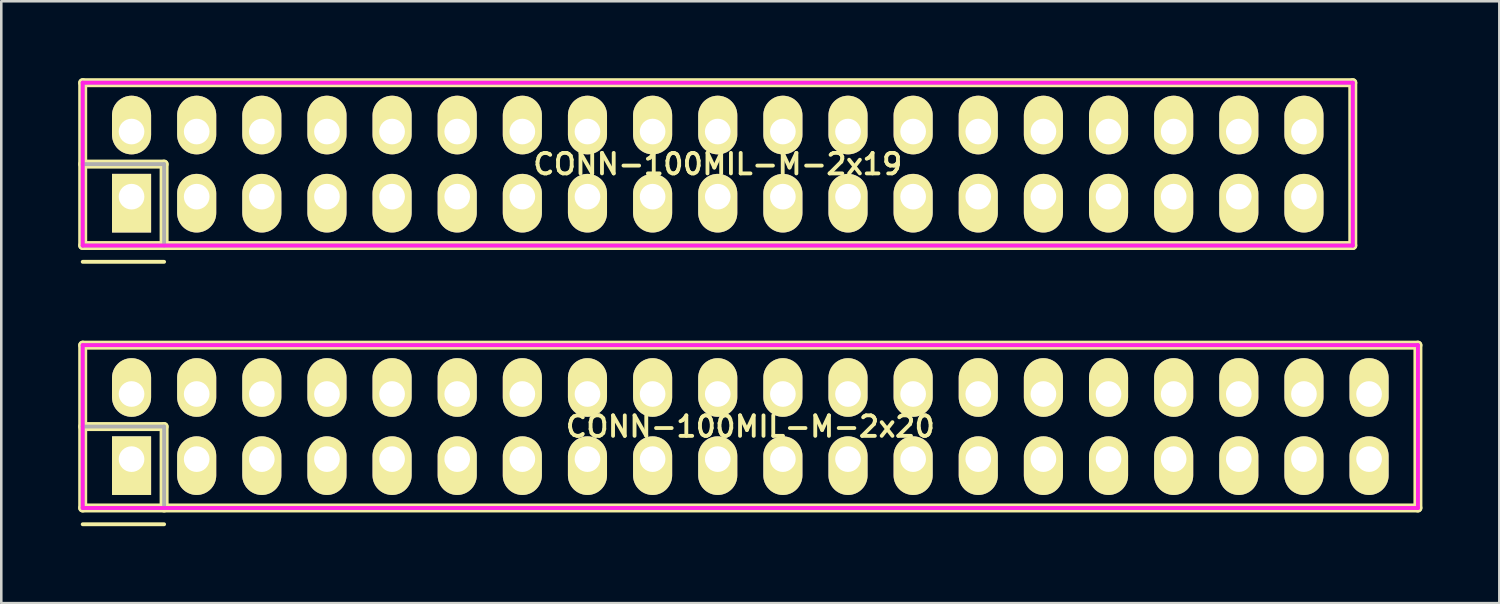
<source format=kicad_pcb>
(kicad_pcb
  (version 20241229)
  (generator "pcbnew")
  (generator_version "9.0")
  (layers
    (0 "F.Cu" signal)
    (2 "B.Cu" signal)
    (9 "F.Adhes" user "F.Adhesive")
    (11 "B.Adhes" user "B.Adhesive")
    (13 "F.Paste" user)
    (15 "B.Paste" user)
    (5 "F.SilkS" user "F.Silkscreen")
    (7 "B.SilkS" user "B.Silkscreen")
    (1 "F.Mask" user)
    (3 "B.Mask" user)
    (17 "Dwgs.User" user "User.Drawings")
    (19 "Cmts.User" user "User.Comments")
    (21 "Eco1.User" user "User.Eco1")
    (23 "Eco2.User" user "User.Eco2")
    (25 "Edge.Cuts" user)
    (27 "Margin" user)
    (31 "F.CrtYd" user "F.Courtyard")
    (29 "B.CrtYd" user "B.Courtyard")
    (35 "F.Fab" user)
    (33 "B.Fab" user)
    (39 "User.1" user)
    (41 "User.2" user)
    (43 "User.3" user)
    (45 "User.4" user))
  (footprint "CONN-100MIL-M-2x20"
    (layer "F.Cu")
    (at 26.21 13.585)
    (property "Reference" "CONN-100MIL-M-2x20" (at 0 0 0) (layer "F.SilkS") (effects (font (size 0.8 0.8) (thickness 0.15))))
    (attr through_hole)
    (fp_line (start -26.035 -3.175) (end 26.035 -3.175) (stroke (width 0.35) (type solid)) (layer "F.SilkS"))
    (fp_line (start -26.035 0) (end -22.86 0) (stroke (width 0.35) (type solid)) (layer "F.SilkS"))
    (fp_line (start -26.035 3.175) (end -26.035 -3.175) (stroke (width 0.35) (type solid)) (layer "F.SilkS"))
    (fp_line (start -26.035 3.81) (end -22.86 3.81) (stroke (width 0.15) (type solid)) (layer "F.SilkS"))
    (fp_line (start -22.86 0) (end -22.86 3.175) (stroke (width 0.35) (type solid)) (layer "F.SilkS"))
    (fp_line (start 26.035 -3.175) (end 26.035 3.175) (stroke (width 0.35) (type solid)) (layer "F.SilkS"))
    (fp_line (start 26.035 3.175) (end -26.035 3.175) (stroke (width 0.35) (type solid)) (layer "F.SilkS"))
    (fp_line (start -26.035 -3.175) (end 26.035 -3.175) (stroke (width 0.15) (type solid)) (layer "F.CrtYd"))
    (fp_line (start -26.035 3.175) (end -26.035 -3.175) (stroke (width 0.15) (type solid)) (layer "F.CrtYd"))
    (fp_line (start 26.035 -3.175) (end 26.035 3.175) (stroke (width 0.15) (type solid)) (layer "F.CrtYd"))
    (fp_line (start 26.035 3.175) (end -26.035 3.175) (stroke (width 0.15) (type solid)) (layer "F.CrtYd"))
    (fp_line (start -26.035 -3.175) (end 26.035 -3.175) (stroke (width 0.15) (type solid)) (layer "F.Fab"))
    (fp_line (start -26.035 0) (end -22.86 0) (stroke (width 0.15) (type solid)) (layer "F.Fab"))
    (fp_line (start -26.035 3.175) (end -26.035 -3.175) (stroke (width 0.15) (type solid)) (layer "F.Fab"))
    (fp_line (start -22.86 0) (end -22.86 3.175) (stroke (width 0.15) (type solid)) (layer "F.Fab"))
    (fp_line (start 26.035 -3.175) (end 26.035 3.175) (stroke (width 0.15) (type solid)) (layer "F.Fab"))
    (fp_line (start 26.035 3.175) (end -26.035 3.175) (stroke (width 0.15) (type solid)) (layer "F.Fab"))
    (pad "1" thru_hole rect (at -24.13 1.27) (size 1.524 2.286) (drill 1 (offset 0 0.254)) (layers "*.Cu" "*.Mask" "F.SilkS"))
    (pad "2" thru_hole oval (at -24.13 -1.27) (size 1.524 2.286) (drill 1 (offset 0 -0.254)) (layers "*.Cu" "*.Mask" "F.SilkS"))
    (pad "3" thru_hole oval (at -21.59 1.27) (size 1.524 2.286) (drill 1 (offset 0 0.254)) (layers "*.Cu" "*.Mask" "F.SilkS"))
    (pad "4" thru_hole oval (at -21.59 -1.27) (size 1.524 2.286) (drill 1 (offset 0 -0.254)) (layers "*.Cu" "*.Mask" "F.SilkS"))
    (pad "5" thru_hole oval (at -19.05 1.27) (size 1.524 2.286) (drill 1 (offset 0 0.254)) (layers "*.Cu" "*.Mask" "F.SilkS"))
    (pad "6" thru_hole oval (at -19.05 -1.27) (size 1.524 2.286) (drill 1 (offset 0 -0.254)) (layers "*.Cu" "*.Mask" "F.SilkS"))
    (pad "7" thru_hole oval (at -16.51 1.27) (size 1.524 2.286) (drill 1 (offset 0 0.254)) (layers "*.Cu" "*.Mask" "F.SilkS"))
    (pad "8" thru_hole oval (at -16.51 -1.27) (size 1.524 2.286) (drill 1 (offset 0 -0.254)) (layers "*.Cu" "*.Mask" "F.SilkS"))
    (pad "9" thru_hole oval (at -13.97 1.27) (size 1.524 2.286) (drill 1 (offset 0 0.254)) (layers "*.Cu" "*.Mask" "F.SilkS"))
    (pad "10" thru_hole oval (at -13.97 -1.27) (size 1.524 2.286) (drill 1 (offset 0 -0.254)) (layers "*.Cu" "*.Mask" "F.SilkS"))
    (pad "11" thru_hole oval (at -11.43 1.27) (size 1.524 2.286) (drill 1 (offset 0 0.254)) (layers "*.Cu" "*.Mask" "F.SilkS"))
    (pad "12" thru_hole oval (at -11.43 -1.27) (size 1.524 2.286) (drill 1 (offset 0 -0.254)) (layers "*.Cu" "*.Mask" "F.SilkS"))
    (pad "13" thru_hole oval (at -8.89 1.27) (size 1.524 2.286) (drill 1 (offset 0 0.254)) (layers "*.Cu" "*.Mask" "F.SilkS"))
    (pad "14" thru_hole oval (at -8.89 -1.27) (size 1.524 2.286) (drill 1 (offset 0 -0.254)) (layers "*.Cu" "*.Mask" "F.SilkS"))
    (pad "15" thru_hole oval (at -6.35 1.27) (size 1.524 2.286) (drill 1 (offset 0 0.254)) (layers "*.Cu" "*.Mask" "F.SilkS"))
    (pad "16" thru_hole oval (at -6.35 -1.27) (size 1.524 2.286) (drill 1 (offset 0 -0.254)) (layers "*.Cu" "*.Mask" "F.SilkS"))
    (pad "17" thru_hole oval (at -3.81 1.27) (size 1.524 2.286) (drill 1 (offset 0 0.254)) (layers "*.Cu" "*.Mask" "F.SilkS"))
    (pad "18" thru_hole oval (at -3.81 -1.27) (size 1.524 2.286) (drill 1 (offset 0 -0.254)) (layers "*.Cu" "*.Mask" "F.SilkS"))
    (pad "19" thru_hole oval (at -1.27 1.27) (size 1.524 2.286) (drill 1 (offset 0 0.254)) (layers "*.Cu" "*.Mask" "F.SilkS"))
    (pad "20" thru_hole oval (at -1.27 -1.27) (size 1.524 2.286) (drill 1 (offset 0 -0.254)) (layers "*.Cu" "*.Mask" "F.SilkS"))
    (pad "21" thru_hole oval (at 1.27 1.27) (size 1.524 2.286) (drill 1 (offset 0 0.254)) (layers "*.Cu" "*.Mask" "F.SilkS"))
    (pad "22" thru_hole oval (at 1.27 -1.27) (size 1.524 2.286) (drill 1 (offset 0 -0.254)) (layers "*.Cu" "*.Mask" "F.SilkS"))
    (pad "23" thru_hole oval (at 3.81 1.27) (size 1.524 2.286) (drill 1 (offset 0 0.254)) (layers "*.Cu" "*.Mask" "F.SilkS"))
    (pad "24" thru_hole oval (at 3.81 -1.27) (size 1.524 2.286) (drill 1 (offset 0 -0.254)) (layers "*.Cu" "*.Mask" "F.SilkS"))
    (pad "25" thru_hole oval (at 6.35 1.27) (size 1.524 2.286) (drill 1 (offset 0 0.254)) (layers "*.Cu" "*.Mask" "F.SilkS"))
    (pad "26" thru_hole oval (at 6.35 -1.27) (size 1.524 2.286) (drill 1 (offset 0 -0.254)) (layers "*.Cu" "*.Mask" "F.SilkS"))
    (pad "27" thru_hole oval (at 8.89 1.27) (size 1.524 2.286) (drill 1 (offset 0 0.254)) (layers "*.Cu" "*.Mask" "F.SilkS"))
    (pad "28" thru_hole oval (at 8.89 -1.27) (size 1.524 2.286) (drill 1 (offset 0 -0.254)) (layers "*.Cu" "*.Mask" "F.SilkS"))
    (pad "29" thru_hole oval (at 11.43 1.27) (size 1.524 2.286) (drill 1 (offset 0 0.254)) (layers "*.Cu" "*.Mask" "F.SilkS"))
    (pad "30" thru_hole oval (at 11.43 -1.27) (size 1.524 2.286) (drill 1 (offset 0 -0.254)) (layers "*.Cu" "*.Mask" "F.SilkS"))
    (pad "31" thru_hole oval (at 13.97 1.27) (size 1.524 2.286) (drill 1 (offset 0 0.254)) (layers "*.Cu" "*.Mask" "F.SilkS"))
    (pad "32" thru_hole oval (at 13.97 -1.27) (size 1.524 2.286) (drill 1 (offset 0 -0.254)) (layers "*.Cu" "*.Mask" "F.SilkS"))
    (pad "33" thru_hole oval (at 16.51 1.27) (size 1.524 2.286) (drill 1 (offset 0 0.254)) (layers "*.Cu" "*.Mask" "F.SilkS"))
    (pad "34" thru_hole oval (at 16.51 -1.27) (size 1.524 2.286) (drill 1 (offset 0 -0.254)) (layers "*.Cu" "*.Mask" "F.SilkS"))
    (pad "35" thru_hole oval (at 19.05 1.27) (size 1.524 2.286) (drill 1 (offset 0 0.254)) (layers "*.Cu" "*.Mask" "F.SilkS"))
    (pad "36" thru_hole oval (at 19.05 -1.27) (size 1.524 2.286) (drill 1 (offset 0 -0.254)) (layers "*.Cu" "*.Mask" "F.SilkS"))
    (pad "37" thru_hole oval (at 21.59 1.27) (size 1.524 2.286) (drill 1 (offset 0 0.254)) (layers "*.Cu" "*.Mask" "F.SilkS"))
    (pad "38" thru_hole oval (at 21.59 -1.27) (size 1.524 2.286) (drill 1 (offset 0 -0.254)) (layers "*.Cu" "*.Mask" "F.SilkS"))
    (pad "39" thru_hole oval (at 24.13 1.27) (size 1.524 2.286) (drill 1 (offset 0 0.254)) (layers "*.Cu" "*.Mask" "F.SilkS"))
    (pad "40" thru_hole oval (at 24.13 -1.27) (size 1.524 2.286) (drill 1 (offset 0 -0.254)) (layers "*.Cu" "*.Mask" "F.SilkS")))
  (footprint "CONN-100MIL-M-2x19"
    (layer "F.Cu")
    (at 24.94 3.35)
    (property "Reference" "CONN-100MIL-M-2x19" (at 0 0 0) (layer "F.SilkS") (effects (font (size 0.8 0.8) (thickness 0.15))))
    (attr through_hole)
    (fp_line (start -24.765 -3.175) (end 24.765 -3.175) (stroke (width 0.35) (type solid)) (layer "F.SilkS"))
    (fp_line (start -24.765 0) (end -21.59 0) (stroke (width 0.35) (type solid)) (layer "F.SilkS"))
    (fp_line (start -24.765 3.175) (end -24.765 -3.175) (stroke (width 0.35) (type solid)) (layer "F.SilkS"))
    (fp_line (start -24.765 3.81) (end -21.59 3.81) (stroke (width 0.15) (type solid)) (layer "F.SilkS"))
    (fp_line (start -21.59 0) (end -21.59 3.175) (stroke (width 0.35) (type solid)) (layer "F.SilkS"))
    (fp_line (start 24.765 -3.175) (end 24.765 3.175) (stroke (width 0.35) (type solid)) (layer "F.SilkS"))
    (fp_line (start 24.765 3.175) (end -24.765 3.175) (stroke (width 0.35) (type solid)) (layer "F.SilkS"))
    (fp_line (start -24.765 -3.175) (end 24.765 -3.175) (stroke (width 0.15) (type solid)) (layer "F.CrtYd"))
    (fp_line (start -24.765 3.175) (end -24.765 -3.175) (stroke (width 0.15) (type solid)) (layer "F.CrtYd"))
    (fp_line (start 24.765 -3.175) (end 24.765 3.175) (stroke (width 0.15) (type solid)) (layer "F.CrtYd"))
    (fp_line (start 24.765 3.175) (end -24.765 3.175) (stroke (width 0.15) (type solid)) (layer "F.CrtYd"))
    (fp_line (start -24.765 -3.175) (end 24.765 -3.175) (stroke (width 0.15) (type solid)) (layer "F.Fab"))
    (fp_line (start -24.765 0) (end -21.59 0) (stroke (width 0.15) (type solid)) (layer "F.Fab"))
    (fp_line (start -24.765 3.175) (end -24.765 -3.175) (stroke (width 0.15) (type solid)) (layer "F.Fab"))
    (fp_line (start -21.59 0) (end -21.59 3.175) (stroke (width 0.15) (type solid)) (layer "F.Fab"))
    (fp_line (start 24.765 -3.175) (end 24.765 3.175) (stroke (width 0.15) (type solid)) (layer "F.Fab"))
    (fp_line (start 24.765 3.175) (end -24.765 3.175) (stroke (width 0.15) (type solid)) (layer "F.Fab"))
    (pad "1" thru_hole rect (at -22.86 1.27) (size 1.524 2.286) (drill 1 (offset 0 0.254)) (layers "*.Cu" "*.Mask" "F.SilkS"))
    (pad "2" thru_hole oval (at -22.86 -1.27) (size 1.524 2.286) (drill 1 (offset 0 -0.254)) (layers "*.Cu" "*.Mask" "F.SilkS"))
    (pad "3" thru_hole oval (at -20.32 1.27) (size 1.524 2.286) (drill 1 (offset 0 0.254)) (layers "*.Cu" "*.Mask" "F.SilkS"))
    (pad "4" thru_hole oval (at -20.32 -1.27) (size 1.524 2.286) (drill 1 (offset 0 -0.254)) (layers "*.Cu" "*.Mask" "F.SilkS"))
    (pad "5" thru_hole oval (at -17.78 1.27) (size 1.524 2.286) (drill 1 (offset 0 0.254)) (layers "*.Cu" "*.Mask" "F.SilkS"))
    (pad "6" thru_hole oval (at -17.78 -1.27) (size 1.524 2.286) (drill 1 (offset 0 -0.254)) (layers "*.Cu" "*.Mask" "F.SilkS"))
    (pad "7" thru_hole oval (at -15.24 1.27) (size 1.524 2.286) (drill 1 (offset 0 0.254)) (layers "*.Cu" "*.Mask" "F.SilkS"))
    (pad "8" thru_hole oval (at -15.24 -1.27) (size 1.524 2.286) (drill 1 (offset 0 -0.254)) (layers "*.Cu" "*.Mask" "F.SilkS"))
    (pad "9" thru_hole oval (at -12.7 1.27) (size 1.524 2.286) (drill 1 (offset 0 0.254)) (layers "*.Cu" "*.Mask" "F.SilkS"))
    (pad "10" thru_hole oval (at -12.7 -1.27) (size 1.524 2.286) (drill 1 (offset 0 -0.254)) (layers "*.Cu" "*.Mask" "F.SilkS"))
    (pad "11" thru_hole oval (at -10.16 1.27) (size 1.524 2.286) (drill 1 (offset 0 0.254)) (layers "*.Cu" "*.Mask" "F.SilkS"))
    (pad "12" thru_hole oval (at -10.16 -1.27) (size 1.524 2.286) (drill 1 (offset 0 -0.254)) (layers "*.Cu" "*.Mask" "F.SilkS"))
    (pad "13" thru_hole oval (at -7.62 1.27) (size 1.524 2.286) (drill 1 (offset 0 0.254)) (layers "*.Cu" "*.Mask" "F.SilkS"))
    (pad "14" thru_hole oval (at -7.62 -1.27) (size 1.524 2.286) (drill 1 (offset 0 -0.254)) (layers "*.Cu" "*.Mask" "F.SilkS"))
    (pad "15" thru_hole oval (at -5.08 1.27) (size 1.524 2.286) (drill 1 (offset 0 0.254)) (layers "*.Cu" "*.Mask" "F.SilkS"))
    (pad "16" thru_hole oval (at -5.08 -1.27) (size 1.524 2.286) (drill 1 (offset 0 -0.254)) (layers "*.Cu" "*.Mask" "F.SilkS"))
    (pad "17" thru_hole oval (at -2.54 1.27) (size 1.524 2.286) (drill 1 (offset 0 0.254)) (layers "*.Cu" "*.Mask" "F.SilkS"))
    (pad "18" thru_hole oval (at -2.54 -1.27) (size 1.524 2.286) (drill 1 (offset 0 -0.254)) (layers "*.Cu" "*.Mask" "F.SilkS"))
    (pad "19" thru_hole oval (at 0 1.27) (size 1.524 2.286) (drill 1 (offset 0 0.254)) (layers "*.Cu" "*.Mask" "F.SilkS"))
    (pad "20" thru_hole oval (at 0 -1.27) (size 1.524 2.286) (drill 1 (offset 0 -0.254)) (layers "*.Cu" "*.Mask" "F.SilkS"))
    (pad "21" thru_hole oval (at 2.54 1.27) (size 1.524 2.286) (drill 1 (offset 0 0.254)) (layers "*.Cu" "*.Mask" "F.SilkS"))
    (pad "22" thru_hole oval (at 2.54 -1.27) (size 1.524 2.286) (drill 1 (offset 0 -0.254)) (layers "*.Cu" "*.Mask" "F.SilkS"))
    (pad "23" thru_hole oval (at 5.08 1.27) (size 1.524 2.286) (drill 1 (offset 0 0.254)) (layers "*.Cu" "*.Mask" "F.SilkS"))
    (pad "24" thru_hole oval (at 5.08 -1.27) (size 1.524 2.286) (drill 1 (offset 0 -0.254)) (layers "*.Cu" "*.Mask" "F.SilkS"))
    (pad "25" thru_hole oval (at 7.62 1.27) (size 1.524 2.286) (drill 1 (offset 0 0.254)) (layers "*.Cu" "*.Mask" "F.SilkS"))
    (pad "26" thru_hole oval (at 7.62 -1.27) (size 1.524 2.286) (drill 1 (offset 0 -0.254)) (layers "*.Cu" "*.Mask" "F.SilkS"))
    (pad "27" thru_hole oval (at 10.16 1.27) (size 1.524 2.286) (drill 1 (offset 0 0.254)) (layers "*.Cu" "*.Mask" "F.SilkS"))
    (pad "28" thru_hole oval (at 10.16 -1.27) (size 1.524 2.286) (drill 1 (offset 0 -0.254)) (layers "*.Cu" "*.Mask" "F.SilkS"))
    (pad "29" thru_hole oval (at 12.7 1.27) (size 1.524 2.286) (drill 1 (offset 0 0.254)) (layers "*.Cu" "*.Mask" "F.SilkS"))
    (pad "30" thru_hole oval (at 12.7 -1.27) (size 1.524 2.286) (drill 1 (offset 0 -0.254)) (layers "*.Cu" "*.Mask" "F.SilkS"))
    (pad "31" thru_hole oval (at 15.24 1.27) (size 1.524 2.286) (drill 1 (offset 0 0.254)) (layers "*.Cu" "*.Mask" "F.SilkS"))
    (pad "32" thru_hole oval (at 15.24 -1.27) (size 1.524 2.286) (drill 1 (offset 0 -0.254)) (layers "*.Cu" "*.Mask" "F.SilkS"))
    (pad "33" thru_hole oval (at 17.78 1.27) (size 1.524 2.286) (drill 1 (offset 0 0.254)) (layers "*.Cu" "*.Mask" "F.SilkS"))
    (pad "34" thru_hole oval (at 17.78 -1.27) (size 1.524 2.286) (drill 1 (offset 0 -0.254)) (layers "*.Cu" "*.Mask" "F.SilkS"))
    (pad "35" thru_hole oval (at 20.32 1.27) (size 1.524 2.286) (drill 1 (offset 0 0.254)) (layers "*.Cu" "*.Mask" "F.SilkS"))
    (pad "36" thru_hole oval (at 20.32 -1.27) (size 1.524 2.286) (drill 1 (offset 0 -0.254)) (layers "*.Cu" "*.Mask" "F.SilkS"))
    (pad "37" thru_hole oval (at 22.86 1.27) (size 1.524 2.286) (drill 1 (offset 0 0.254)) (layers "*.Cu" "*.Mask" "F.SilkS"))
    (pad "38" thru_hole oval (at 22.86 -1.27) (size 1.524 2.286) (drill 1 (offset 0 -0.254)) (layers "*.Cu" "*.Mask" "F.SilkS")))
  (gr_rect
    (start -3 -3)
    (end 55.42 20.47)
    (stroke (width 0.1) (type default))
    (fill no)
    (layer "Edge.Cuts")))
</source>
